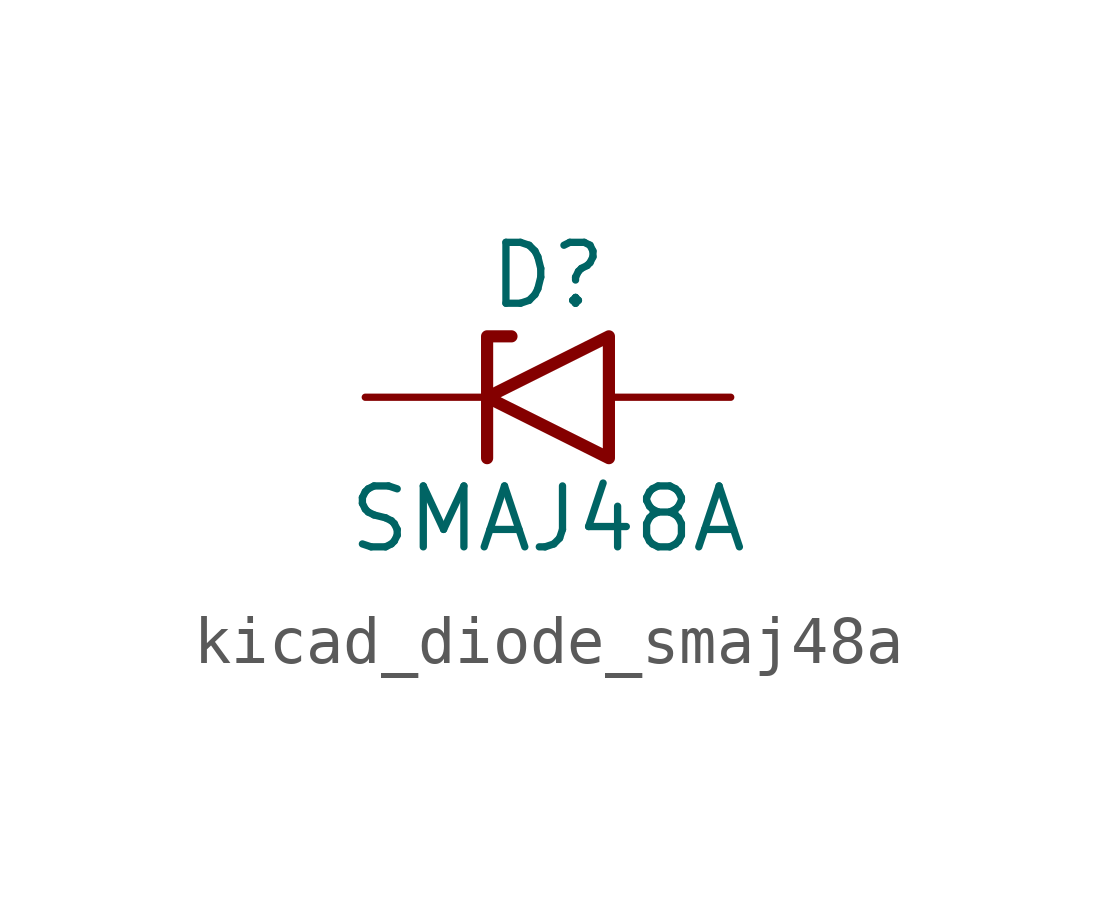
<source format=kicad_sym>
(kicad_symbol_lib
  (version 20220914)
  (generator kicad_symbol_editor)
  (symbol "kicad_diode_smaj48a"
    (pin_numbers hide)
    (pin_names
      (offset 1.016) hide)
    (property "Reference" "D"
      (at 0 2.54 0)
      (effects (font (size 1.27 1.27))))
    (property "Value" "SMAJ48A"
      (at 0 -2.54 0)
      (effects (font (size 1.27 1.27))))
    (symbol "kicad_diode_smaj48a_0_1"
      (polyline (pts (xy -0.762 1.27) (xy -1.27 1.27) (xy -1.27 -1.27)) (stroke (width 0.254) (type default)) (fill (type none)))
      (polyline (pts (xy 1.27 1.27) (xy 1.27 -1.27) (xy -1.27 0) (xy 1.27 1.27)) (stroke (width 0.254) (type default)) (fill (type none))))
    (symbol "kicad_diode_smaj48a_1_1"
      (pin passive line (at -3.81 0 0) (length 2.54) (name "A1" (effects (font (size 1.27 1.27)))) (number "1" (effects (font (size 1.27 1.27)))))
      (pin passive line (at 3.81 0 180) (length 2.54) (name "A2" (effects (font (size 1.27 1.27)))) (number "2" (effects (font (size 1.27 1.27))))))))
</source>
